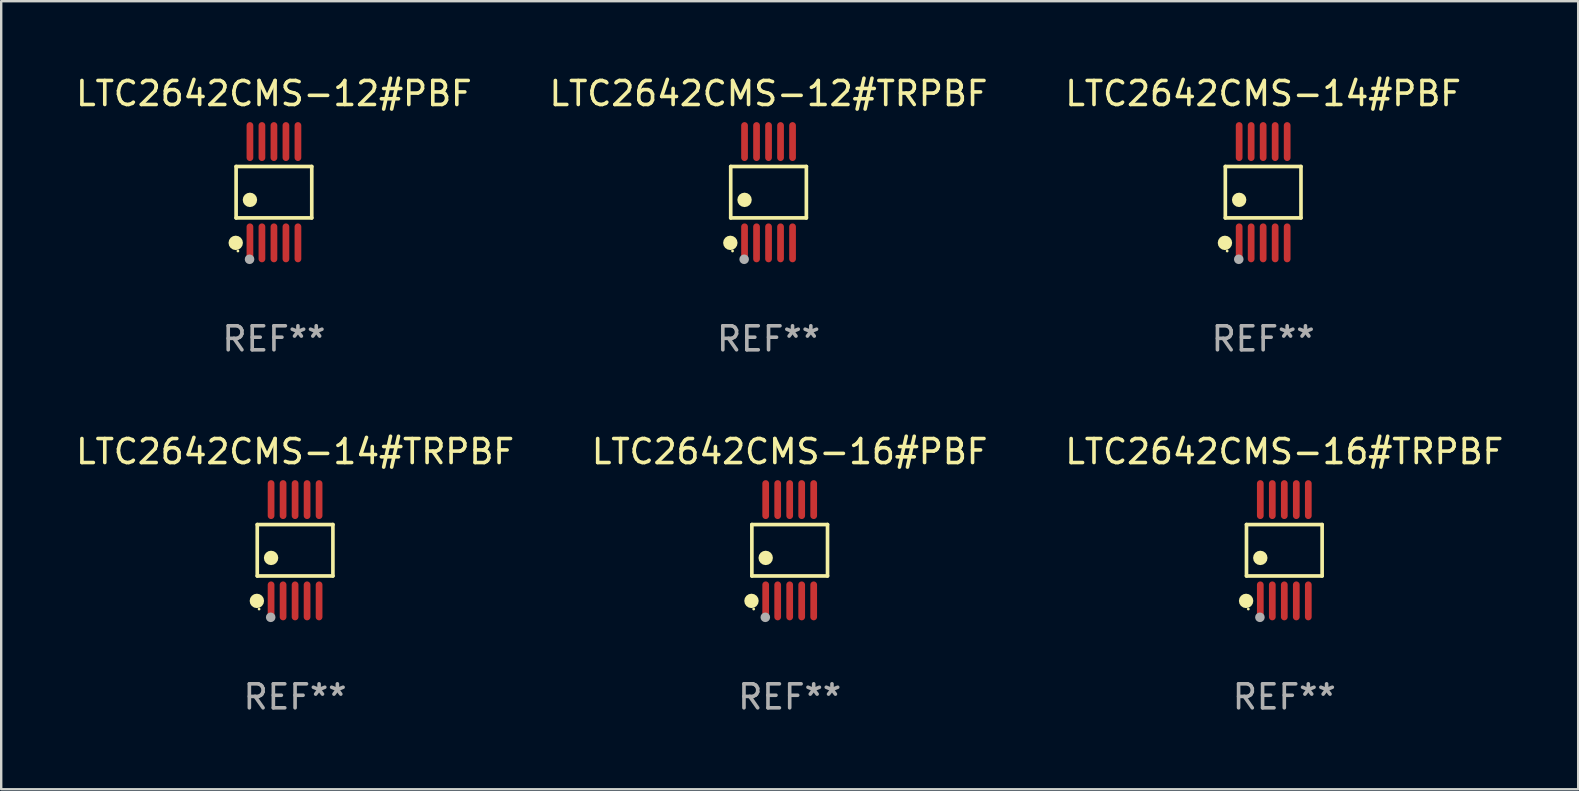
<source format=kicad_pcb>
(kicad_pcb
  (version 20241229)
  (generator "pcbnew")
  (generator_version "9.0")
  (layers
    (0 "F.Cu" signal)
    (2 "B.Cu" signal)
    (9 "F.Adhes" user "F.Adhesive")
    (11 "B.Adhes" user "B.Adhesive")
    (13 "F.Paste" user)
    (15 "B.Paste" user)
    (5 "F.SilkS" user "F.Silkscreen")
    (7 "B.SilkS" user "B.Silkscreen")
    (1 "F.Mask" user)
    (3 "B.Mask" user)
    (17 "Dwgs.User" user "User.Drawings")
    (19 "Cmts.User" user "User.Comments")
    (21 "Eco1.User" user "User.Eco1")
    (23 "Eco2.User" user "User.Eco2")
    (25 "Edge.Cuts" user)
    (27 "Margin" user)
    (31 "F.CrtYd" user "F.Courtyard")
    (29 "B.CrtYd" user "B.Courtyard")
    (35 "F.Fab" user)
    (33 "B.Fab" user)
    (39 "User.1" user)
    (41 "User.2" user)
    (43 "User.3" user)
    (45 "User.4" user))
  (footprint "LTC2642CMS-14#TRPBF"
    (layer "F.Cu")
    (at 9.244 19.875)
    (property "Reference" "LTC2642CMS-14#TRPBF" (at 0 -4.11 0) (layer "F.SilkS") (effects (font (size 1 1) (thickness 0.15))))
    (attr through_hole)
    (fp_line (start -1.576 -1.071) (end 1.576 -1.071) (stroke (width 0.152) (type solid)) (layer "F.SilkS"))
    (fp_line (start -1.576 1.071) (end -1.576 -1.071) (stroke (width 0.152) (type solid)) (layer "F.SilkS"))
    (fp_line (start 1.576 -1.071) (end 1.576 1.071) (stroke (width 0.152) (type solid)) (layer "F.SilkS"))
    (fp_line (start 1.576 1.071) (end -1.576 1.071) (stroke (width 0.152) (type solid)) (layer "F.SilkS"))
    (fp_circle (center -1.592 2.11) (end -1.442 2.11) (stroke (width 0.3) (type solid)) (fill no) (layer "F.SilkS"))
    (fp_circle (center -1.5 2.45) (end -1.47 2.45) (stroke (width 0.06) (type solid)) (fill no) (layer "F.SilkS"))
    (fp_circle (center -1 0.319) (end -0.85 0.319) (stroke (width 0.3) (type solid)) (fill no) (layer "F.SilkS"))
    (fp_circle (center -1.016 2.794) (end -0.916 2.794) (stroke (width 0.2) (type solid)) (fill no) (layer "F.Fab"))
    (fp_text user "REF**" (at 0 6.11 0) (layer "F.Fab") (effects (font (size 1 1) (thickness 0.15))))
    (pad "1" smd oval (at -1 2.11) (size 0.28 1.62) (layers "F.Cu" "F.Mask" "F.Paste"))
    (pad "2" smd oval (at -0.5 2.11) (size 0.28 1.62) (layers "F.Cu" "F.Mask" "F.Paste"))
    (pad "3" smd oval (at 0 2.11) (size 0.28 1.62) (layers "F.Cu" "F.Mask" "F.Paste"))
    (pad "4" smd oval (at 0.5 2.11) (size 0.28 1.62) (layers "F.Cu" "F.Mask" "F.Paste"))
    (pad "5" smd oval (at 1 2.11) (size 0.28 1.62) (layers "F.Cu" "F.Mask" "F.Paste"))
    (pad "6" smd oval (at 1 -2.11) (size 0.28 1.62) (layers "F.Cu" "F.Mask" "F.Paste"))
    (pad "7" smd oval (at 0.5 -2.11) (size 0.28 1.62) (layers "F.Cu" "F.Mask" "F.Paste"))
    (pad "8" smd oval (at 0 -2.11) (size 0.28 1.62) (layers "F.Cu" "F.Mask" "F.Paste"))
    (pad "9" smd oval (at -0.5 -2.11) (size 0.28 1.62) (layers "F.Cu" "F.Mask" "F.Paste"))
    (pad "10" smd oval (at -1 -2.11) (size 0.28 1.62) (layers "F.Cu" "F.Mask" "F.Paste")))
  (footprint "LTC2642CMS-14#PBF"
    (layer "F.Cu")
    (at 49.577 4.958)
    (property "Reference" "LTC2642CMS-14#PBF" (at 0 -4.11 0) (layer "F.SilkS") (effects (font (size 1 1) (thickness 0.15))))
    (attr through_hole)
    (fp_line (start -1.576 -1.071) (end 1.576 -1.071) (stroke (width 0.152) (type solid)) (layer "F.SilkS"))
    (fp_line (start -1.576 1.071) (end -1.576 -1.071) (stroke (width 0.152) (type solid)) (layer "F.SilkS"))
    (fp_line (start 1.576 -1.071) (end 1.576 1.071) (stroke (width 0.152) (type solid)) (layer "F.SilkS"))
    (fp_line (start 1.576 1.071) (end -1.576 1.071) (stroke (width 0.152) (type solid)) (layer "F.SilkS"))
    (fp_circle (center -1.592 2.11) (end -1.442 2.11) (stroke (width 0.3) (type solid)) (fill no) (layer "F.SilkS"))
    (fp_circle (center -1.5 2.45) (end -1.47 2.45) (stroke (width 0.06) (type solid)) (fill no) (layer "F.SilkS"))
    (fp_circle (center -1 0.319) (end -0.85 0.319) (stroke (width 0.3) (type solid)) (fill no) (layer "F.SilkS"))
    (fp_circle (center -1.016 2.794) (end -0.916 2.794) (stroke (width 0.2) (type solid)) (fill no) (layer "F.Fab"))
    (fp_text user "REF**" (at 0 6.11 0) (layer "F.Fab") (effects (font (size 1 1) (thickness 0.15))))
    (pad "1" smd oval (at -1 2.11) (size 0.28 1.62) (layers "F.Cu" "F.Mask" "F.Paste"))
    (pad "2" smd oval (at -0.5 2.11) (size 0.28 1.62) (layers "F.Cu" "F.Mask" "F.Paste"))
    (pad "3" smd oval (at 0 2.11) (size 0.28 1.62) (layers "F.Cu" "F.Mask" "F.Paste"))
    (pad "4" smd oval (at 0.5 2.11) (size 0.28 1.62) (layers "F.Cu" "F.Mask" "F.Paste"))
    (pad "5" smd oval (at 1 2.11) (size 0.28 1.62) (layers "F.Cu" "F.Mask" "F.Paste"))
    (pad "6" smd oval (at 1 -2.11) (size 0.28 1.62) (layers "F.Cu" "F.Mask" "F.Paste"))
    (pad "7" smd oval (at 0.5 -2.11) (size 0.28 1.62) (layers "F.Cu" "F.Mask" "F.Paste"))
    (pad "8" smd oval (at 0 -2.11) (size 0.28 1.62) (layers "F.Cu" "F.Mask" "F.Paste"))
    (pad "9" smd oval (at -0.5 -2.11) (size 0.28 1.62) (layers "F.Cu" "F.Mask" "F.Paste"))
    (pad "10" smd oval (at -1 -2.11) (size 0.28 1.62) (layers "F.Cu" "F.Mask" "F.Paste")))
  (footprint "LTC2642CMS-16#PBF"
    (layer "F.Cu")
    (at 29.851 19.875)
    (property "Reference" "LTC2642CMS-16#PBF" (at 0 -4.11 0) (layer "F.SilkS") (effects (font (size 1 1) (thickness 0.15))))
    (attr through_hole)
    (fp_line (start -1.576 -1.071) (end 1.576 -1.071) (stroke (width 0.152) (type solid)) (layer "F.SilkS"))
    (fp_line (start -1.576 1.071) (end -1.576 -1.071) (stroke (width 0.152) (type solid)) (layer "F.SilkS"))
    (fp_line (start 1.576 -1.071) (end 1.576 1.071) (stroke (width 0.152) (type solid)) (layer "F.SilkS"))
    (fp_line (start 1.576 1.071) (end -1.576 1.071) (stroke (width 0.152) (type solid)) (layer "F.SilkS"))
    (fp_circle (center -1.592 2.11) (end -1.442 2.11) (stroke (width 0.3) (type solid)) (fill no) (layer "F.SilkS"))
    (fp_circle (center -1.5 2.45) (end -1.47 2.45) (stroke (width 0.06) (type solid)) (fill no) (layer "F.SilkS"))
    (fp_circle (center -1 0.319) (end -0.85 0.319) (stroke (width 0.3) (type solid)) (fill no) (layer "F.SilkS"))
    (fp_circle (center -1.016 2.794) (end -0.916 2.794) (stroke (width 0.2) (type solid)) (fill no) (layer "F.Fab"))
    (fp_text user "REF**" (at 0 6.11 0) (layer "F.Fab") (effects (font (size 1 1) (thickness 0.15))))
    (pad "1" smd oval (at -1 2.11) (size 0.28 1.62) (layers "F.Cu" "F.Mask" "F.Paste"))
    (pad "2" smd oval (at -0.5 2.11) (size 0.28 1.62) (layers "F.Cu" "F.Mask" "F.Paste"))
    (pad "3" smd oval (at 0 2.11) (size 0.28 1.62) (layers "F.Cu" "F.Mask" "F.Paste"))
    (pad "4" smd oval (at 0.5 2.11) (size 0.28 1.62) (layers "F.Cu" "F.Mask" "F.Paste"))
    (pad "5" smd oval (at 1 2.11) (size 0.28 1.62) (layers "F.Cu" "F.Mask" "F.Paste"))
    (pad "6" smd oval (at 1 -2.11) (size 0.28 1.62) (layers "F.Cu" "F.Mask" "F.Paste"))
    (pad "7" smd oval (at 0.5 -2.11) (size 0.28 1.62) (layers "F.Cu" "F.Mask" "F.Paste"))
    (pad "8" smd oval (at 0 -2.11) (size 0.28 1.62) (layers "F.Cu" "F.Mask" "F.Paste"))
    (pad "9" smd oval (at -0.5 -2.11) (size 0.28 1.62) (layers "F.Cu" "F.Mask" "F.Paste"))
    (pad "10" smd oval (at -1 -2.11) (size 0.28 1.62) (layers "F.Cu" "F.Mask" "F.Paste")))
  (footprint "LTC2642CMS-12#PBF"
    (layer "F.Cu")
    (at 8.363 4.958)
    (property "Reference" "LTC2642CMS-12#PBF" (at 0 -4.11 0) (layer "F.SilkS") (effects (font (size 1 1) (thickness 0.15))))
    (attr through_hole)
    (fp_line (start -1.576 -1.071) (end 1.576 -1.071) (stroke (width 0.152) (type solid)) (layer "F.SilkS"))
    (fp_line (start -1.576 1.071) (end -1.576 -1.071) (stroke (width 0.152) (type solid)) (layer "F.SilkS"))
    (fp_line (start 1.576 -1.071) (end 1.576 1.071) (stroke (width 0.152) (type solid)) (layer "F.SilkS"))
    (fp_line (start 1.576 1.071) (end -1.576 1.071) (stroke (width 0.152) (type solid)) (layer "F.SilkS"))
    (fp_circle (center -1.592 2.11) (end -1.442 2.11) (stroke (width 0.3) (type solid)) (fill no) (layer "F.SilkS"))
    (fp_circle (center -1.5 2.45) (end -1.47 2.45) (stroke (width 0.06) (type solid)) (fill no) (layer "F.SilkS"))
    (fp_circle (center -1 0.319) (end -0.85 0.319) (stroke (width 0.3) (type solid)) (fill no) (layer "F.SilkS"))
    (fp_circle (center -1.016 2.794) (end -0.916 2.794) (stroke (width 0.2) (type solid)) (fill no) (layer "F.Fab"))
    (fp_text user "REF**" (at 0 6.11 0) (layer "F.Fab") (effects (font (size 1 1) (thickness 0.15))))
    (pad "1" smd oval (at -1 2.11) (size 0.28 1.62) (layers "F.Cu" "F.Mask" "F.Paste"))
    (pad "2" smd oval (at -0.5 2.11) (size 0.28 1.62) (layers "F.Cu" "F.Mask" "F.Paste"))
    (pad "3" smd oval (at 0 2.11) (size 0.28 1.62) (layers "F.Cu" "F.Mask" "F.Paste"))
    (pad "4" smd oval (at 0.5 2.11) (size 0.28 1.62) (layers "F.Cu" "F.Mask" "F.Paste"))
    (pad "5" smd oval (at 1 2.11) (size 0.28 1.62) (layers "F.Cu" "F.Mask" "F.Paste"))
    (pad "6" smd oval (at 1 -2.11) (size 0.28 1.62) (layers "F.Cu" "F.Mask" "F.Paste"))
    (pad "7" smd oval (at 0.5 -2.11) (size 0.28 1.62) (layers "F.Cu" "F.Mask" "F.Paste"))
    (pad "8" smd oval (at 0 -2.11) (size 0.28 1.62) (layers "F.Cu" "F.Mask" "F.Paste"))
    (pad "9" smd oval (at -0.5 -2.11) (size 0.28 1.62) (layers "F.Cu" "F.Mask" "F.Paste"))
    (pad "10" smd oval (at -1 -2.11) (size 0.28 1.62) (layers "F.Cu" "F.Mask" "F.Paste")))
  (footprint "LTC2642CMS-16#TRPBF"
    (layer "F.Cu")
    (at 50.458 19.875)
    (property "Reference" "LTC2642CMS-16#TRPBF" (at 0 -4.11 0) (layer "F.SilkS") (effects (font (size 1 1) (thickness 0.15))))
    (attr through_hole)
    (fp_line (start -1.576 -1.071) (end 1.576 -1.071) (stroke (width 0.152) (type solid)) (layer "F.SilkS"))
    (fp_line (start -1.576 1.071) (end -1.576 -1.071) (stroke (width 0.152) (type solid)) (layer "F.SilkS"))
    (fp_line (start 1.576 -1.071) (end 1.576 1.071) (stroke (width 0.152) (type solid)) (layer "F.SilkS"))
    (fp_line (start 1.576 1.071) (end -1.576 1.071) (stroke (width 0.152) (type solid)) (layer "F.SilkS"))
    (fp_circle (center -1.592 2.11) (end -1.442 2.11) (stroke (width 0.3) (type solid)) (fill no) (layer "F.SilkS"))
    (fp_circle (center -1.5 2.45) (end -1.47 2.45) (stroke (width 0.06) (type solid)) (fill no) (layer "F.SilkS"))
    (fp_circle (center -1 0.319) (end -0.85 0.319) (stroke (width 0.3) (type solid)) (fill no) (layer "F.SilkS"))
    (fp_circle (center -1.016 2.794) (end -0.916 2.794) (stroke (width 0.2) (type solid)) (fill no) (layer "F.Fab"))
    (fp_text user "REF**" (at 0 6.11 0) (layer "F.Fab") (effects (font (size 1 1) (thickness 0.15))))
    (pad "1" smd oval (at -1 2.11) (size 0.28 1.62) (layers "F.Cu" "F.Mask" "F.Paste"))
    (pad "2" smd oval (at -0.5 2.11) (size 0.28 1.62) (layers "F.Cu" "F.Mask" "F.Paste"))
    (pad "3" smd oval (at 0 2.11) (size 0.28 1.62) (layers "F.Cu" "F.Mask" "F.Paste"))
    (pad "4" smd oval (at 0.5 2.11) (size 0.28 1.62) (layers "F.Cu" "F.Mask" "F.Paste"))
    (pad "5" smd oval (at 1 2.11) (size 0.28 1.62) (layers "F.Cu" "F.Mask" "F.Paste"))
    (pad "6" smd oval (at 1 -2.11) (size 0.28 1.62) (layers "F.Cu" "F.Mask" "F.Paste"))
    (pad "7" smd oval (at 0.5 -2.11) (size 0.28 1.62) (layers "F.Cu" "F.Mask" "F.Paste"))
    (pad "8" smd oval (at 0 -2.11) (size 0.28 1.62) (layers "F.Cu" "F.Mask" "F.Paste"))
    (pad "9" smd oval (at -0.5 -2.11) (size 0.28 1.62) (layers "F.Cu" "F.Mask" "F.Paste"))
    (pad "10" smd oval (at -1 -2.11) (size 0.28 1.62) (layers "F.Cu" "F.Mask" "F.Paste")))
  (footprint "LTC2642CMS-12#TRPBF"
    (layer "F.Cu")
    (at 28.97 4.958)
    (property "Reference" "LTC2642CMS-12#TRPBF" (at 0 -4.11 0) (layer "F.SilkS") (effects (font (size 1 1) (thickness 0.15))))
    (attr through_hole)
    (fp_line (start -1.576 -1.071) (end 1.576 -1.071) (stroke (width 0.152) (type solid)) (layer "F.SilkS"))
    (fp_line (start -1.576 1.071) (end -1.576 -1.071) (stroke (width 0.152) (type solid)) (layer "F.SilkS"))
    (fp_line (start 1.576 -1.071) (end 1.576 1.071) (stroke (width 0.152) (type solid)) (layer "F.SilkS"))
    (fp_line (start 1.576 1.071) (end -1.576 1.071) (stroke (width 0.152) (type solid)) (layer "F.SilkS"))
    (fp_circle (center -1.592 2.11) (end -1.442 2.11) (stroke (width 0.3) (type solid)) (fill no) (layer "F.SilkS"))
    (fp_circle (center -1.5 2.45) (end -1.47 2.45) (stroke (width 0.06) (type solid)) (fill no) (layer "F.SilkS"))
    (fp_circle (center -1 0.319) (end -0.85 0.319) (stroke (width 0.3) (type solid)) (fill no) (layer "F.SilkS"))
    (fp_circle (center -1.016 2.794) (end -0.916 2.794) (stroke (width 0.2) (type solid)) (fill no) (layer "F.Fab"))
    (fp_text user "REF**" (at 0 6.11 0) (layer "F.Fab") (effects (font (size 1 1) (thickness 0.15))))
    (pad "1" smd oval (at -1 2.11) (size 0.28 1.62) (layers "F.Cu" "F.Mask" "F.Paste"))
    (pad "2" smd oval (at -0.5 2.11) (size 0.28 1.62) (layers "F.Cu" "F.Mask" "F.Paste"))
    (pad "3" smd oval (at 0 2.11) (size 0.28 1.62) (layers "F.Cu" "F.Mask" "F.Paste"))
    (pad "4" smd oval (at 0.5 2.11) (size 0.28 1.62) (layers "F.Cu" "F.Mask" "F.Paste"))
    (pad "5" smd oval (at 1 2.11) (size 0.28 1.62) (layers "F.Cu" "F.Mask" "F.Paste"))
    (pad "6" smd oval (at 1 -2.11) (size 0.28 1.62) (layers "F.Cu" "F.Mask" "F.Paste"))
    (pad "7" smd oval (at 0.5 -2.11) (size 0.28 1.62) (layers "F.Cu" "F.Mask" "F.Paste"))
    (pad "8" smd oval (at 0 -2.11) (size 0.28 1.62) (layers "F.Cu" "F.Mask" "F.Paste"))
    (pad "9" smd oval (at -0.5 -2.11) (size 0.28 1.62) (layers "F.Cu" "F.Mask" "F.Paste"))
    (pad "10" smd oval (at -1 -2.11) (size 0.28 1.62) (layers "F.Cu" "F.Mask" "F.Paste")))
  (gr_rect
    (start -3 -3)
    (end 62.702 29.833)
    (stroke (width 0.1) (type default))
    (fill no)
    (layer "Edge.Cuts")))
</source>
